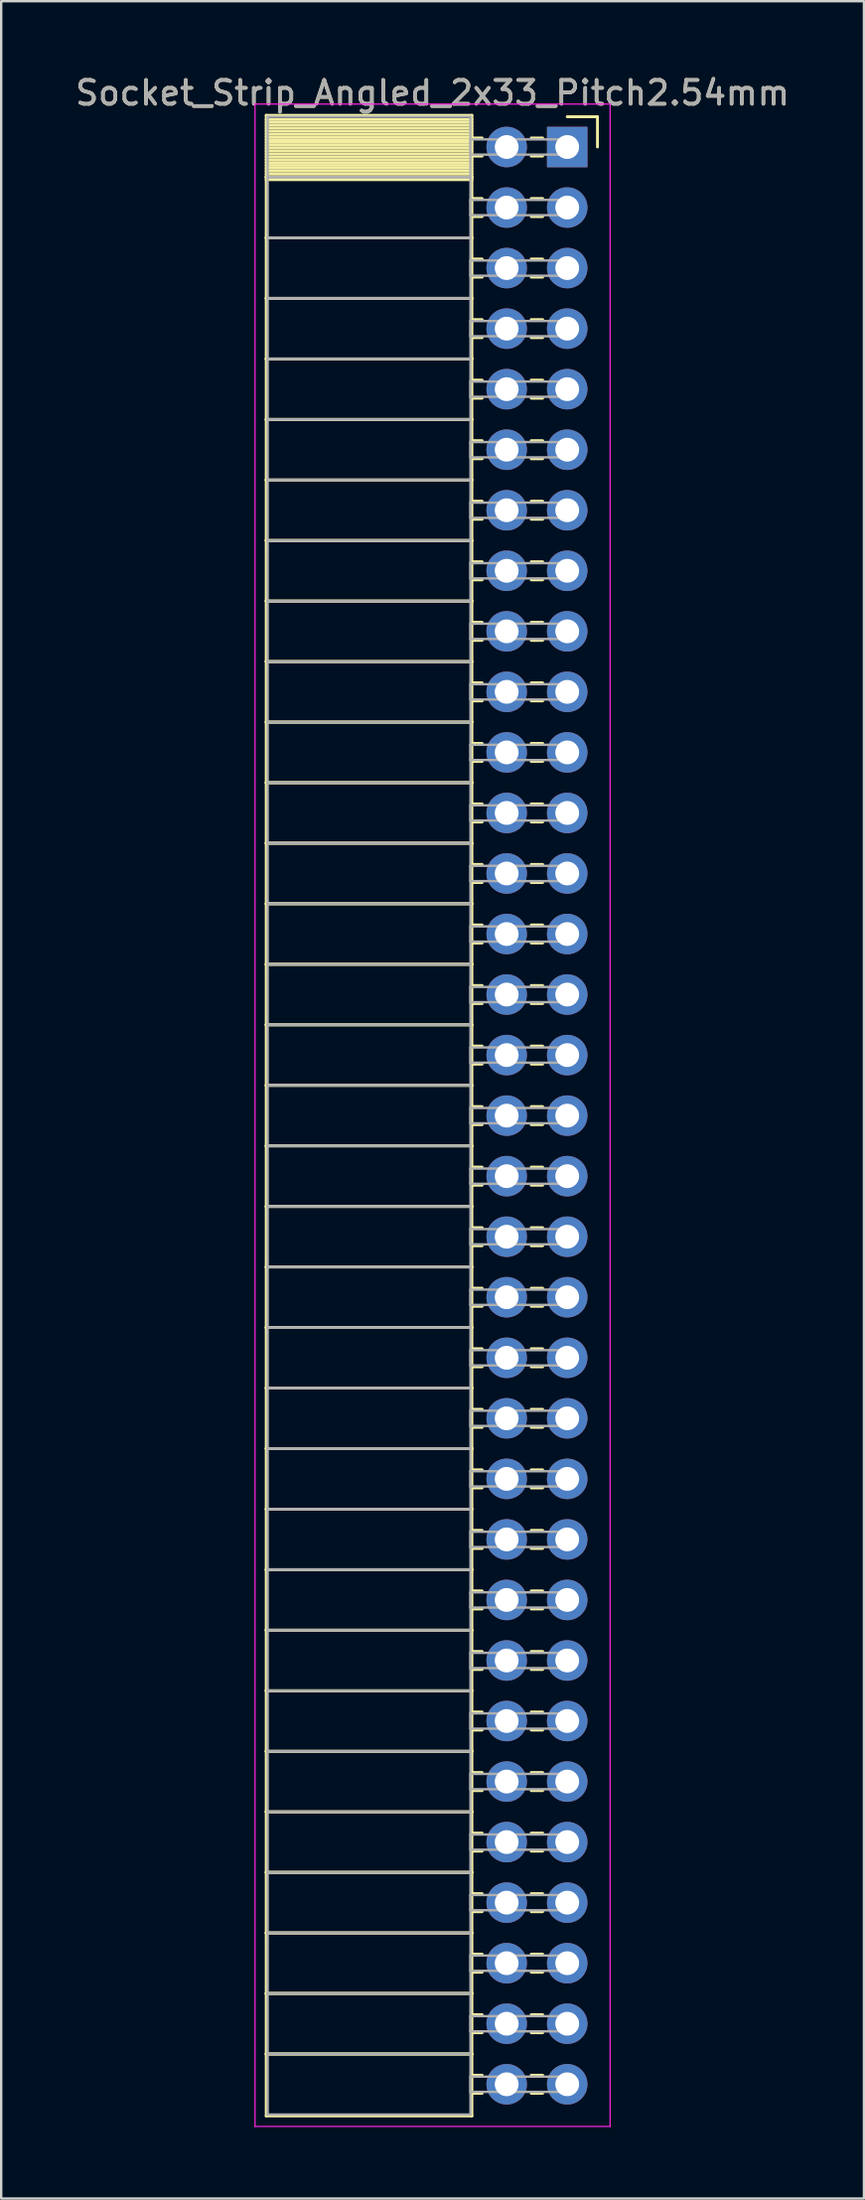
<source format=kicad_pcb>
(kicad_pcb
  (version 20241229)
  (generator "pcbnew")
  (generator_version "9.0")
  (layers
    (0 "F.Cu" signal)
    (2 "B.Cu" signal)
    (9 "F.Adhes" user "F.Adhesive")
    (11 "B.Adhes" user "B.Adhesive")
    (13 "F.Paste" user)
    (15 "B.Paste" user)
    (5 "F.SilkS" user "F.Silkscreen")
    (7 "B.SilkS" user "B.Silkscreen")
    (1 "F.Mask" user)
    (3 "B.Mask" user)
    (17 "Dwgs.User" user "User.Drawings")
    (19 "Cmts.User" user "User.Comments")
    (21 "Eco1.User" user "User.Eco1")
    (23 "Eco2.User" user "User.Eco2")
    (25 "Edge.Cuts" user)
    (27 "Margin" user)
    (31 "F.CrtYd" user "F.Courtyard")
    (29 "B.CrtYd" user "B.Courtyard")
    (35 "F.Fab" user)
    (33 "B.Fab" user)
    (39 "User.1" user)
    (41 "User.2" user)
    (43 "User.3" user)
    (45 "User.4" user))
  (footprint "Socket_Strip_Angled_2x33_Pitch2.54mm"
    (layer "F.Cu")
    (at 20.751 3.118)
    (property "Reference" "Socket_Strip_Angled_2x33_Pitch2.54mm" (at -5.65 -2.27 0) (layer "F.SilkS") (effects (font (size 1 1) (thickness 0.15))))
    (attr through_hole)
    (fp_line (start -12.63 -1.33) (end -4 -1.33) (stroke (width 0.12) (type solid)) (layer "F.SilkS"))
    (fp_line (start -12.63 1.27) (end -12.63 -1.33) (stroke (width 0.12) (type solid)) (layer "F.SilkS"))
    (fp_line (start -12.63 1.27) (end -4 1.27) (stroke (width 0.12) (type solid)) (layer "F.SilkS"))
    (fp_line (start -12.63 3.81) (end -12.63 1.27) (stroke (width 0.12) (type solid)) (layer "F.SilkS"))
    (fp_line (start -12.63 3.81) (end -4 3.81) (stroke (width 0.12) (type solid)) (layer "F.SilkS"))
    (fp_line (start -12.63 6.35) (end -12.63 3.81) (stroke (width 0.12) (type solid)) (layer "F.SilkS"))
    (fp_line (start -12.63 6.35) (end -4 6.35) (stroke (width 0.12) (type solid)) (layer "F.SilkS"))
    (fp_line (start -12.63 8.89) (end -12.63 6.35) (stroke (width 0.12) (type solid)) (layer "F.SilkS"))
    (fp_line (start -12.63 8.89) (end -4 8.89) (stroke (width 0.12) (type solid)) (layer "F.SilkS"))
    (fp_line (start -12.63 11.43) (end -12.63 8.89) (stroke (width 0.12) (type solid)) (layer "F.SilkS"))
    (fp_line (start -12.63 11.43) (end -4 11.43) (stroke (width 0.12) (type solid)) (layer "F.SilkS"))
    (fp_line (start -12.63 13.97) (end -12.63 11.43) (stroke (width 0.12) (type solid)) (layer "F.SilkS"))
    (fp_line (start -12.63 13.97) (end -4 13.97) (stroke (width 0.12) (type solid)) (layer "F.SilkS"))
    (fp_line (start -12.63 16.51) (end -12.63 13.97) (stroke (width 0.12) (type solid)) (layer "F.SilkS"))
    (fp_line (start -12.63 16.51) (end -4 16.51) (stroke (width 0.12) (type solid)) (layer "F.SilkS"))
    (fp_line (start -12.63 19.05) (end -12.63 16.51) (stroke (width 0.12) (type solid)) (layer "F.SilkS"))
    (fp_line (start -12.63 19.05) (end -4 19.05) (stroke (width 0.12) (type solid)) (layer "F.SilkS"))
    (fp_line (start -12.63 21.59) (end -12.63 19.05) (stroke (width 0.12) (type solid)) (layer "F.SilkS"))
    (fp_line (start -12.63 21.59) (end -4 21.59) (stroke (width 0.12) (type solid)) (layer "F.SilkS"))
    (fp_line (start -12.63 24.13) (end -12.63 21.59) (stroke (width 0.12) (type solid)) (layer "F.SilkS"))
    (fp_line (start -12.63 24.13) (end -4 24.13) (stroke (width 0.12) (type solid)) (layer "F.SilkS"))
    (fp_line (start -12.63 26.67) (end -12.63 24.13) (stroke (width 0.12) (type solid)) (layer "F.SilkS"))
    (fp_line (start -12.63 26.67) (end -4 26.67) (stroke (width 0.12) (type solid)) (layer "F.SilkS"))
    (fp_line (start -12.63 29.21) (end -12.63 26.67) (stroke (width 0.12) (type solid)) (layer "F.SilkS"))
    (fp_line (start -12.63 29.21) (end -4 29.21) (stroke (width 0.12) (type solid)) (layer "F.SilkS"))
    (fp_line (start -12.63 31.75) (end -12.63 29.21) (stroke (width 0.12) (type solid)) (layer "F.SilkS"))
    (fp_line (start -12.63 31.75) (end -4 31.75) (stroke (width 0.12) (type solid)) (layer "F.SilkS"))
    (fp_line (start -12.63 34.29) (end -12.63 31.75) (stroke (width 0.12) (type solid)) (layer "F.SilkS"))
    (fp_line (start -12.63 34.29) (end -4 34.29) (stroke (width 0.12) (type solid)) (layer "F.SilkS"))
    (fp_line (start -12.63 36.83) (end -12.63 34.29) (stroke (width 0.12) (type solid)) (layer "F.SilkS"))
    (fp_line (start -12.63 36.83) (end -4 36.83) (stroke (width 0.12) (type solid)) (layer "F.SilkS"))
    (fp_line (start -12.63 39.37) (end -12.63 36.83) (stroke (width 0.12) (type solid)) (layer "F.SilkS"))
    (fp_line (start -12.63 39.37) (end -4 39.37) (stroke (width 0.12) (type solid)) (layer "F.SilkS"))
    (fp_line (start -12.63 41.91) (end -12.63 39.37) (stroke (width 0.12) (type solid)) (layer "F.SilkS"))
    (fp_line (start -12.63 41.91) (end -4 41.91) (stroke (width 0.12) (type solid)) (layer "F.SilkS"))
    (fp_line (start -12.63 44.45) (end -12.63 41.91) (stroke (width 0.12) (type solid)) (layer "F.SilkS"))
    (fp_line (start -12.63 44.45) (end -4 44.45) (stroke (width 0.12) (type solid)) (layer "F.SilkS"))
    (fp_line (start -12.63 46.99) (end -12.63 44.45) (stroke (width 0.12) (type solid)) (layer "F.SilkS"))
    (fp_line (start -12.63 46.99) (end -4 46.99) (stroke (width 0.12) (type solid)) (layer "F.SilkS"))
    (fp_line (start -12.63 49.53) (end -12.63 46.99) (stroke (width 0.12) (type solid)) (layer "F.SilkS"))
    (fp_line (start -12.63 49.53) (end -4 49.53) (stroke (width 0.12) (type solid)) (layer "F.SilkS"))
    (fp_line (start -12.63 52.07) (end -12.63 49.53) (stroke (width 0.12) (type solid)) (layer "F.SilkS"))
    (fp_line (start -12.63 52.07) (end -4 52.07) (stroke (width 0.12) (type solid)) (layer "F.SilkS"))
    (fp_line (start -12.63 54.61) (end -12.63 52.07) (stroke (width 0.12) (type solid)) (layer "F.SilkS"))
    (fp_line (start -12.63 54.61) (end -4 54.61) (stroke (width 0.12) (type solid)) (layer "F.SilkS"))
    (fp_line (start -12.63 57.15) (end -12.63 54.61) (stroke (width 0.12) (type solid)) (layer "F.SilkS"))
    (fp_line (start -12.63 57.15) (end -4 57.15) (stroke (width 0.12) (type solid)) (layer "F.SilkS"))
    (fp_line (start -12.63 59.69) (end -12.63 57.15) (stroke (width 0.12) (type solid)) (layer "F.SilkS"))
    (fp_line (start -12.63 59.69) (end -4 59.69) (stroke (width 0.12) (type solid)) (layer "F.SilkS"))
    (fp_line (start -12.63 62.23) (end -12.63 59.69) (stroke (width 0.12) (type solid)) (layer "F.SilkS"))
    (fp_line (start -12.63 62.23) (end -4 62.23) (stroke (width 0.12) (type solid)) (layer "F.SilkS"))
    (fp_line (start -12.63 64.77) (end -12.63 62.23) (stroke (width 0.12) (type solid)) (layer "F.SilkS"))
    (fp_line (start -12.63 64.77) (end -4 64.77) (stroke (width 0.12) (type solid)) (layer "F.SilkS"))
    (fp_line (start -12.63 67.31) (end -12.63 64.77) (stroke (width 0.12) (type solid)) (layer "F.SilkS"))
    (fp_line (start -12.63 67.31) (end -4 67.31) (stroke (width 0.12) (type solid)) (layer "F.SilkS"))
    (fp_line (start -12.63 69.85) (end -12.63 67.31) (stroke (width 0.12) (type solid)) (layer "F.SilkS"))
    (fp_line (start -12.63 69.85) (end -4 69.85) (stroke (width 0.12) (type solid)) (layer "F.SilkS"))
    (fp_line (start -12.63 72.39) (end -12.63 69.85) (stroke (width 0.12) (type solid)) (layer "F.SilkS"))
    (fp_line (start -12.63 72.39) (end -4 72.39) (stroke (width 0.12) (type solid)) (layer "F.SilkS"))
    (fp_line (start -12.63 74.93) (end -12.63 72.39) (stroke (width 0.12) (type solid)) (layer "F.SilkS"))
    (fp_line (start -12.63 74.93) (end -4 74.93) (stroke (width 0.12) (type solid)) (layer "F.SilkS"))
    (fp_line (start -12.63 77.47) (end -12.63 74.93) (stroke (width 0.12) (type solid)) (layer "F.SilkS"))
    (fp_line (start -12.63 77.47) (end -4 77.47) (stroke (width 0.12) (type solid)) (layer "F.SilkS"))
    (fp_line (start -12.63 80.01) (end -12.63 77.47) (stroke (width 0.12) (type solid)) (layer "F.SilkS"))
    (fp_line (start -12.63 80.01) (end -4 80.01) (stroke (width 0.12) (type solid)) (layer "F.SilkS"))
    (fp_line (start -12.63 82.61) (end -12.63 80.01) (stroke (width 0.12) (type solid)) (layer "F.SilkS"))
    (fp_line (start -4 -1.33) (end -4 1.27) (stroke (width 0.12) (type solid)) (layer "F.SilkS"))
    (fp_line (start -4 -1.15) (end -12.63 -1.15) (stroke (width 0.12) (type solid)) (layer "F.SilkS"))
    (fp_line (start -4 -1.03) (end -12.63 -1.03) (stroke (width 0.12) (type solid)) (layer "F.SilkS"))
    (fp_line (start -4 -0.91) (end -12.63 -0.91) (stroke (width 0.12) (type solid)) (layer "F.SilkS"))
    (fp_line (start -4 -0.79) (end -12.63 -0.79) (stroke (width 0.12) (type solid)) (layer "F.SilkS"))
    (fp_line (start -4 -0.67) (end -12.63 -0.67) (stroke (width 0.12) (type solid)) (layer "F.SilkS"))
    (fp_line (start -4 -0.55) (end -12.63 -0.55) (stroke (width 0.12) (type solid)) (layer "F.SilkS"))
    (fp_line (start -4 -0.43) (end -12.63 -0.43) (stroke (width 0.12) (type solid)) (layer "F.SilkS"))
    (fp_line (start -4 -0.31) (end -12.63 -0.31) (stroke (width 0.12) (type solid)) (layer "F.SilkS"))
    (fp_line (start -4 -0.19) (end -12.63 -0.19) (stroke (width 0.12) (type solid)) (layer "F.SilkS"))
    (fp_line (start -4 -0.07) (end -12.63 -0.07) (stroke (width 0.12) (type solid)) (layer "F.SilkS"))
    (fp_line (start -4 0.05) (end -12.63 0.05) (stroke (width 0.12) (type solid)) (layer "F.SilkS"))
    (fp_line (start -4 0.17) (end -12.63 0.17) (stroke (width 0.12) (type solid)) (layer "F.SilkS"))
    (fp_line (start -4 0.29) (end -12.63 0.29) (stroke (width 0.12) (type solid)) (layer "F.SilkS"))
    (fp_line (start -4 0.41) (end -12.63 0.41) (stroke (width 0.12) (type solid)) (layer "F.SilkS"))
    (fp_line (start -4 0.53) (end -12.63 0.53) (stroke (width 0.12) (type solid)) (layer "F.SilkS"))
    (fp_line (start -4 0.65) (end -12.63 0.65) (stroke (width 0.12) (type solid)) (layer "F.SilkS"))
    (fp_line (start -4 0.77) (end -12.63 0.77) (stroke (width 0.12) (type solid)) (layer "F.SilkS"))
    (fp_line (start -4 0.89) (end -12.63 0.89) (stroke (width 0.12) (type solid)) (layer "F.SilkS"))
    (fp_line (start -4 1.01) (end -12.63 1.01) (stroke (width 0.12) (type solid)) (layer "F.SilkS"))
    (fp_line (start -4 1.13) (end -12.63 1.13) (stroke (width 0.12) (type solid)) (layer "F.SilkS"))
    (fp_line (start -4 1.25) (end -12.63 1.25) (stroke (width 0.12) (type solid)) (layer "F.SilkS"))
    (fp_line (start -4 1.27) (end -12.63 1.27) (stroke (width 0.12) (type solid)) (layer "F.SilkS"))
    (fp_line (start -4 1.27) (end -4 3.81) (stroke (width 0.12) (type solid)) (layer "F.SilkS"))
    (fp_line (start -4 1.37) (end -12.63 1.37) (stroke (width 0.12) (type solid)) (layer "F.SilkS"))
    (fp_line (start -4 3.81) (end -12.63 3.81) (stroke (width 0.12) (type solid)) (layer "F.SilkS"))
    (fp_line (start -4 3.81) (end -4 6.35) (stroke (width 0.12) (type solid)) (layer "F.SilkS"))
    (fp_line (start -4 6.35) (end -12.63 6.35) (stroke (width 0.12) (type solid)) (layer "F.SilkS"))
    (fp_line (start -4 6.35) (end -4 8.89) (stroke (width 0.12) (type solid)) (layer "F.SilkS"))
    (fp_line (start -4 8.89) (end -12.63 8.89) (stroke (width 0.12) (type solid)) (layer "F.SilkS"))
    (fp_line (start -4 8.89) (end -4 11.43) (stroke (width 0.12) (type solid)) (layer "F.SilkS"))
    (fp_line (start -4 11.43) (end -12.63 11.43) (stroke (width 0.12) (type solid)) (layer "F.SilkS"))
    (fp_line (start -4 11.43) (end -4 13.97) (stroke (width 0.12) (type solid)) (layer "F.SilkS"))
    (fp_line (start -4 13.97) (end -12.63 13.97) (stroke (width 0.12) (type solid)) (layer "F.SilkS"))
    (fp_line (start -4 13.97) (end -4 16.51) (stroke (width 0.12) (type solid)) (layer "F.SilkS"))
    (fp_line (start -4 16.51) (end -12.63 16.51) (stroke (width 0.12) (type solid)) (layer "F.SilkS"))
    (fp_line (start -4 16.51) (end -4 19.05) (stroke (width 0.12) (type solid)) (layer "F.SilkS"))
    (fp_line (start -4 19.05) (end -12.63 19.05) (stroke (width 0.12) (type solid)) (layer "F.SilkS"))
    (fp_line (start -4 19.05) (end -4 21.59) (stroke (width 0.12) (type solid)) (layer "F.SilkS"))
    (fp_line (start -4 21.59) (end -12.63 21.59) (stroke (width 0.12) (type solid)) (layer "F.SilkS"))
    (fp_line (start -4 21.59) (end -4 24.13) (stroke (width 0.12) (type solid)) (layer "F.SilkS"))
    (fp_line (start -4 24.13) (end -12.63 24.13) (stroke (width 0.12) (type solid)) (layer "F.SilkS"))
    (fp_line (start -4 24.13) (end -4 26.67) (stroke (width 0.12) (type solid)) (layer "F.SilkS"))
    (fp_line (start -4 26.67) (end -12.63 26.67) (stroke (width 0.12) (type solid)) (layer "F.SilkS"))
    (fp_line (start -4 26.67) (end -4 29.21) (stroke (width 0.12) (type solid)) (layer "F.SilkS"))
    (fp_line (start -4 29.21) (end -12.63 29.21) (stroke (width 0.12) (type solid)) (layer "F.SilkS"))
    (fp_line (start -4 29.21) (end -4 31.75) (stroke (width 0.12) (type solid)) (layer "F.SilkS"))
    (fp_line (start -4 31.75) (end -12.63 31.75) (stroke (width 0.12) (type solid)) (layer "F.SilkS"))
    (fp_line (start -4 31.75) (end -4 34.29) (stroke (width 0.12) (type solid)) (layer "F.SilkS"))
    (fp_line (start -4 34.29) (end -12.63 34.29) (stroke (width 0.12) (type solid)) (layer "F.SilkS"))
    (fp_line (start -4 34.29) (end -4 36.83) (stroke (width 0.12) (type solid)) (layer "F.SilkS"))
    (fp_line (start -4 36.83) (end -12.63 36.83) (stroke (width 0.12) (type solid)) (layer "F.SilkS"))
    (fp_line (start -4 36.83) (end -4 39.37) (stroke (width 0.12) (type solid)) (layer "F.SilkS"))
    (fp_line (start -4 39.37) (end -12.63 39.37) (stroke (width 0.12) (type solid)) (layer "F.SilkS"))
    (fp_line (start -4 39.37) (end -4 41.91) (stroke (width 0.12) (type solid)) (layer "F.SilkS"))
    (fp_line (start -4 41.91) (end -12.63 41.91) (stroke (width 0.12) (type solid)) (layer "F.SilkS"))
    (fp_line (start -4 41.91) (end -4 44.45) (stroke (width 0.12) (type solid)) (layer "F.SilkS"))
    (fp_line (start -4 44.45) (end -12.63 44.45) (stroke (width 0.12) (type solid)) (layer "F.SilkS"))
    (fp_line (start -4 44.45) (end -4 46.99) (stroke (width 0.12) (type solid)) (layer "F.SilkS"))
    (fp_line (start -4 46.99) (end -12.63 46.99) (stroke (width 0.12) (type solid)) (layer "F.SilkS"))
    (fp_line (start -4 46.99) (end -4 49.53) (stroke (width 0.12) (type solid)) (layer "F.SilkS"))
    (fp_line (start -4 49.53) (end -12.63 49.53) (stroke (width 0.12) (type solid)) (layer "F.SilkS"))
    (fp_line (start -4 49.53) (end -4 52.07) (stroke (width 0.12) (type solid)) (layer "F.SilkS"))
    (fp_line (start -4 52.07) (end -12.63 52.07) (stroke (width 0.12) (type solid)) (layer "F.SilkS"))
    (fp_line (start -4 52.07) (end -4 54.61) (stroke (width 0.12) (type solid)) (layer "F.SilkS"))
    (fp_line (start -4 54.61) (end -12.63 54.61) (stroke (width 0.12) (type solid)) (layer "F.SilkS"))
    (fp_line (start -4 54.61) (end -4 57.15) (stroke (width 0.12) (type solid)) (layer "F.SilkS"))
    (fp_line (start -4 57.15) (end -12.63 57.15) (stroke (width 0.12) (type solid)) (layer "F.SilkS"))
    (fp_line (start -4 57.15) (end -4 59.69) (stroke (width 0.12) (type solid)) (layer "F.SilkS"))
    (fp_line (start -4 59.69) (end -12.63 59.69) (stroke (width 0.12) (type solid)) (layer "F.SilkS"))
    (fp_line (start -4 59.69) (end -4 62.23) (stroke (width 0.12) (type solid)) (layer "F.SilkS"))
    (fp_line (start -4 62.23) (end -12.63 62.23) (stroke (width 0.12) (type solid)) (layer "F.SilkS"))
    (fp_line (start -4 62.23) (end -4 64.77) (stroke (width 0.12) (type solid)) (layer "F.SilkS"))
    (fp_line (start -4 64.77) (end -12.63 64.77) (stroke (width 0.12) (type solid)) (layer "F.SilkS"))
    (fp_line (start -4 64.77) (end -4 67.31) (stroke (width 0.12) (type solid)) (layer "F.SilkS"))
    (fp_line (start -4 67.31) (end -12.63 67.31) (stroke (width 0.12) (type solid)) (layer "F.SilkS"))
    (fp_line (start -4 67.31) (end -4 69.85) (stroke (width 0.12) (type solid)) (layer "F.SilkS"))
    (fp_line (start -4 69.85) (end -12.63 69.85) (stroke (width 0.12) (type solid)) (layer "F.SilkS"))
    (fp_line (start -4 69.85) (end -4 72.39) (stroke (width 0.12) (type solid)) (layer "F.SilkS"))
    (fp_line (start -4 72.39) (end -12.63 72.39) (stroke (width 0.12) (type solid)) (layer "F.SilkS"))
    (fp_line (start -4 72.39) (end -4 74.93) (stroke (width 0.12) (type solid)) (layer "F.SilkS"))
    (fp_line (start -4 74.93) (end -12.63 74.93) (stroke (width 0.12) (type solid)) (layer "F.SilkS"))
    (fp_line (start -4 74.93) (end -4 77.47) (stroke (width 0.12) (type solid)) (layer "F.SilkS"))
    (fp_line (start -4 77.47) (end -12.63 77.47) (stroke (width 0.12) (type solid)) (layer "F.SilkS"))
    (fp_line (start -4 77.47) (end -4 80.01) (stroke (width 0.12) (type solid)) (layer "F.SilkS"))
    (fp_line (start -4 80.01) (end -12.63 80.01) (stroke (width 0.12) (type solid)) (layer "F.SilkS"))
    (fp_line (start -4 80.01) (end -4 82.61) (stroke (width 0.12) (type solid)) (layer "F.SilkS"))
    (fp_line (start -4 82.61) (end -12.63 82.61) (stroke (width 0.12) (type solid)) (layer "F.SilkS"))
    (fp_line (start -3.57 -0.38) (end -4 -0.38) (stroke (width 0.12) (type solid)) (layer "F.SilkS"))
    (fp_line (start -3.57 0.38) (end -4 0.38) (stroke (width 0.12) (type solid)) (layer "F.SilkS"))
    (fp_line (start -3.57 2.16) (end -4 2.16) (stroke (width 0.12) (type solid)) (layer "F.SilkS"))
    (fp_line (start -3.57 2.92) (end -4 2.92) (stroke (width 0.12) (type solid)) (layer "F.SilkS"))
    (fp_line (start -3.57 4.7) (end -4 4.7) (stroke (width 0.12) (type solid)) (layer "F.SilkS"))
    (fp_line (start -3.57 5.46) (end -4 5.46) (stroke (width 0.12) (type solid)) (layer "F.SilkS"))
    (fp_line (start -3.57 7.24) (end -4 7.24) (stroke (width 0.12) (type solid)) (layer "F.SilkS"))
    (fp_line (start -3.57 8) (end -4 8) (stroke (width 0.12) (type solid)) (layer "F.SilkS"))
    (fp_line (start -3.57 9.78) (end -4 9.78) (stroke (width 0.12) (type solid)) (layer "F.SilkS"))
    (fp_line (start -3.57 10.54) (end -4 10.54) (stroke (width 0.12) (type solid)) (layer "F.SilkS"))
    (fp_line (start -3.57 12.32) (end -4 12.32) (stroke (width 0.12) (type solid)) (layer "F.SilkS"))
    (fp_line (start -3.57 13.08) (end -4 13.08) (stroke (width 0.12) (type solid)) (layer "F.SilkS"))
    (fp_line (start -3.57 14.86) (end -4 14.86) (stroke (width 0.12) (type solid)) (layer "F.SilkS"))
    (fp_line (start -3.57 15.62) (end -4 15.62) (stroke (width 0.12) (type solid)) (layer "F.SilkS"))
    (fp_line (start -3.57 17.4) (end -4 17.4) (stroke (width 0.12) (type solid)) (layer "F.SilkS"))
    (fp_line (start -3.57 18.16) (end -4 18.16) (stroke (width 0.12) (type solid)) (layer "F.SilkS"))
    (fp_line (start -3.57 19.94) (end -4 19.94) (stroke (width 0.12) (type solid)) (layer "F.SilkS"))
    (fp_line (start -3.57 20.7) (end -4 20.7) (stroke (width 0.12) (type solid)) (layer "F.SilkS"))
    (fp_line (start -3.57 22.48) (end -4 22.48) (stroke (width 0.12) (type solid)) (layer "F.SilkS"))
    (fp_line (start -3.57 23.24) (end -4 23.24) (stroke (width 0.12) (type solid)) (layer "F.SilkS"))
    (fp_line (start -3.57 25.02) (end -4 25.02) (stroke (width 0.12) (type solid)) (layer "F.SilkS"))
    (fp_line (start -3.57 25.78) (end -4 25.78) (stroke (width 0.12) (type solid)) (layer "F.SilkS"))
    (fp_line (start -3.57 27.56) (end -4 27.56) (stroke (width 0.12) (type solid)) (layer "F.SilkS"))
    (fp_line (start -3.57 28.32) (end -4 28.32) (stroke (width 0.12) (type solid)) (layer "F.SilkS"))
    (fp_line (start -3.57 30.1) (end -4 30.1) (stroke (width 0.12) (type solid)) (layer "F.SilkS"))
    (fp_line (start -3.57 30.86) (end -4 30.86) (stroke (width 0.12) (type solid)) (layer "F.SilkS"))
    (fp_line (start -3.57 32.64) (end -4 32.64) (stroke (width 0.12) (type solid)) (layer "F.SilkS"))
    (fp_line (start -3.57 33.4) (end -4 33.4) (stroke (width 0.12) (type solid)) (layer "F.SilkS"))
    (fp_line (start -3.57 35.18) (end -4 35.18) (stroke (width 0.12) (type solid)) (layer "F.SilkS"))
    (fp_line (start -3.57 35.94) (end -4 35.94) (stroke (width 0.12) (type solid)) (layer "F.SilkS"))
    (fp_line (start -3.57 37.72) (end -4 37.72) (stroke (width 0.12) (type solid)) (layer "F.SilkS"))
    (fp_line (start -3.57 38.48) (end -4 38.48) (stroke (width 0.12) (type solid)) (layer "F.SilkS"))
    (fp_line (start -3.57 40.26) (end -4 40.26) (stroke (width 0.12) (type solid)) (layer "F.SilkS"))
    (fp_line (start -3.57 41.02) (end -4 41.02) (stroke (width 0.12) (type solid)) (layer "F.SilkS"))
    (fp_line (start -3.57 42.8) (end -4 42.8) (stroke (width 0.12) (type solid)) (layer "F.SilkS"))
    (fp_line (start -3.57 43.56) (end -4 43.56) (stroke (width 0.12) (type solid)) (layer "F.SilkS"))
    (fp_line (start -3.57 45.34) (end -4 45.34) (stroke (width 0.12) (type solid)) (layer "F.SilkS"))
    (fp_line (start -3.57 46.1) (end -4 46.1) (stroke (width 0.12) (type solid)) (layer "F.SilkS"))
    (fp_line (start -3.57 47.88) (end -4 47.88) (stroke (width 0.12) (type solid)) (layer "F.SilkS"))
    (fp_line (start -3.57 48.64) (end -4 48.64) (stroke (width 0.12) (type solid)) (layer "F.SilkS"))
    (fp_line (start -3.57 50.42) (end -4 50.42) (stroke (width 0.12) (type solid)) (layer "F.SilkS"))
    (fp_line (start -3.57 51.18) (end -4 51.18) (stroke (width 0.12) (type solid)) (layer "F.SilkS"))
    (fp_line (start -3.57 52.96) (end -4 52.96) (stroke (width 0.12) (type solid)) (layer "F.SilkS"))
    (fp_line (start -3.57 53.72) (end -4 53.72) (stroke (width 0.12) (type solid)) (layer "F.SilkS"))
    (fp_line (start -3.57 55.5) (end -4 55.5) (stroke (width 0.12) (type solid)) (layer "F.SilkS"))
    (fp_line (start -3.57 56.26) (end -4 56.26) (stroke (width 0.12) (type solid)) (layer "F.SilkS"))
    (fp_line (start -3.57 58.04) (end -4 58.04) (stroke (width 0.12) (type solid)) (layer "F.SilkS"))
    (fp_line (start -3.57 58.8) (end -4 58.8) (stroke (width 0.12) (type solid)) (layer "F.SilkS"))
    (fp_line (start -3.57 60.58) (end -4 60.58) (stroke (width 0.12) (type solid)) (layer "F.SilkS"))
    (fp_line (start -3.57 61.34) (end -4 61.34) (stroke (width 0.12) (type solid)) (layer "F.SilkS"))
    (fp_line (start -3.57 63.12) (end -4 63.12) (stroke (width 0.12) (type solid)) (layer "F.SilkS"))
    (fp_line (start -3.57 63.88) (end -4 63.88) (stroke (width 0.12) (type solid)) (layer "F.SilkS"))
    (fp_line (start -3.57 65.66) (end -4 65.66) (stroke (width 0.12) (type solid)) (layer "F.SilkS"))
    (fp_line (start -3.57 66.42) (end -4 66.42) (stroke (width 0.12) (type solid)) (layer "F.SilkS"))
    (fp_line (start -3.57 68.2) (end -4 68.2) (stroke (width 0.12) (type solid)) (layer "F.SilkS"))
    (fp_line (start -3.57 68.96) (end -4 68.96) (stroke (width 0.12) (type solid)) (layer "F.SilkS"))
    (fp_line (start -3.57 70.74) (end -4 70.74) (stroke (width 0.12) (type solid)) (layer "F.SilkS"))
    (fp_line (start -3.57 71.5) (end -4 71.5) (stroke (width 0.12) (type solid)) (layer "F.SilkS"))
    (fp_line (start -3.57 73.28) (end -4 73.28) (stroke (width 0.12) (type solid)) (layer "F.SilkS"))
    (fp_line (start -3.57 74.04) (end -4 74.04) (stroke (width 0.12) (type solid)) (layer "F.SilkS"))
    (fp_line (start -3.57 75.82) (end -4 75.82) (stroke (width 0.12) (type solid)) (layer "F.SilkS"))
    (fp_line (start -3.57 76.58) (end -4 76.58) (stroke (width 0.12) (type solid)) (layer "F.SilkS"))
    (fp_line (start -3.57 78.36) (end -4 78.36) (stroke (width 0.12) (type solid)) (layer "F.SilkS"))
    (fp_line (start -3.57 79.12) (end -4 79.12) (stroke (width 0.12) (type solid)) (layer "F.SilkS"))
    (fp_line (start -3.57 80.9) (end -4 80.9) (stroke (width 0.12) (type solid)) (layer "F.SilkS"))
    (fp_line (start -3.57 81.66) (end -4 81.66) (stroke (width 0.12) (type solid)) (layer "F.SilkS"))
    (fp_line (start -1.03 -0.38) (end -1.51 -0.38) (stroke (width 0.12) (type solid)) (layer "F.SilkS"))
    (fp_line (start -1.03 0.38) (end -1.51 0.38) (stroke (width 0.12) (type solid)) (layer "F.SilkS"))
    (fp_line (start -1.03 2.16) (end -1.51 2.16) (stroke (width 0.12) (type solid)) (layer "F.SilkS"))
    (fp_line (start -1.03 2.92) (end -1.51 2.92) (stroke (width 0.12) (type solid)) (layer "F.SilkS"))
    (fp_line (start -1.03 4.7) (end -1.51 4.7) (stroke (width 0.12) (type solid)) (layer "F.SilkS"))
    (fp_line (start -1.03 5.46) (end -1.51 5.46) (stroke (width 0.12) (type solid)) (layer "F.SilkS"))
    (fp_line (start -1.03 7.24) (end -1.51 7.24) (stroke (width 0.12) (type solid)) (layer "F.SilkS"))
    (fp_line (start -1.03 8) (end -1.51 8) (stroke (width 0.12) (type solid)) (layer "F.SilkS"))
    (fp_line (start -1.03 9.78) (end -1.51 9.78) (stroke (width 0.12) (type solid)) (layer "F.SilkS"))
    (fp_line (start -1.03 10.54) (end -1.51 10.54) (stroke (width 0.12) (type solid)) (layer "F.SilkS"))
    (fp_line (start -1.03 12.32) (end -1.51 12.32) (stroke (width 0.12) (type solid)) (layer "F.SilkS"))
    (fp_line (start -1.03 13.08) (end -1.51 13.08) (stroke (width 0.12) (type solid)) (layer "F.SilkS"))
    (fp_line (start -1.03 14.86) (end -1.51 14.86) (stroke (width 0.12) (type solid)) (layer "F.SilkS"))
    (fp_line (start -1.03 15.62) (end -1.51 15.62) (stroke (width 0.12) (type solid)) (layer "F.SilkS"))
    (fp_line (start -1.03 17.4) (end -1.51 17.4) (stroke (width 0.12) (type solid)) (layer "F.SilkS"))
    (fp_line (start -1.03 18.16) (end -1.51 18.16) (stroke (width 0.12) (type solid)) (layer "F.SilkS"))
    (fp_line (start -1.03 19.94) (end -1.51 19.94) (stroke (width 0.12) (type solid)) (layer "F.SilkS"))
    (fp_line (start -1.03 20.7) (end -1.51 20.7) (stroke (width 0.12) (type solid)) (layer "F.SilkS"))
    (fp_line (start -1.03 22.48) (end -1.51 22.48) (stroke (width 0.12) (type solid)) (layer "F.SilkS"))
    (fp_line (start -1.03 23.24) (end -1.51 23.24) (stroke (width 0.12) (type solid)) (layer "F.SilkS"))
    (fp_line (start -1.03 25.02) (end -1.51 25.02) (stroke (width 0.12) (type solid)) (layer "F.SilkS"))
    (fp_line (start -1.03 25.78) (end -1.51 25.78) (stroke (width 0.12) (type solid)) (layer "F.SilkS"))
    (fp_line (start -1.03 27.56) (end -1.51 27.56) (stroke (width 0.12) (type solid)) (layer "F.SilkS"))
    (fp_line (start -1.03 28.32) (end -1.51 28.32) (stroke (width 0.12) (type solid)) (layer "F.SilkS"))
    (fp_line (start -1.03 30.1) (end -1.51 30.1) (stroke (width 0.12) (type solid)) (layer "F.SilkS"))
    (fp_line (start -1.03 30.86) (end -1.51 30.86) (stroke (width 0.12) (type solid)) (layer "F.SilkS"))
    (fp_line (start -1.03 32.64) (end -1.51 32.64) (stroke (width 0.12) (type solid)) (layer "F.SilkS"))
    (fp_line (start -1.03 33.4) (end -1.51 33.4) (stroke (width 0.12) (type solid)) (layer "F.SilkS"))
    (fp_line (start -1.03 35.18) (end -1.51 35.18) (stroke (width 0.12) (type solid)) (layer "F.SilkS"))
    (fp_line (start -1.03 35.94) (end -1.51 35.94) (stroke (width 0.12) (type solid)) (layer "F.SilkS"))
    (fp_line (start -1.03 37.72) (end -1.51 37.72) (stroke (width 0.12) (type solid)) (layer "F.SilkS"))
    (fp_line (start -1.03 38.48) (end -1.51 38.48) (stroke (width 0.12) (type solid)) (layer "F.SilkS"))
    (fp_line (start -1.03 40.26) (end -1.51 40.26) (stroke (width 0.12) (type solid)) (layer "F.SilkS"))
    (fp_line (start -1.03 41.02) (end -1.51 41.02) (stroke (width 0.12) (type solid)) (layer "F.SilkS"))
    (fp_line (start -1.03 42.8) (end -1.51 42.8) (stroke (width 0.12) (type solid)) (layer "F.SilkS"))
    (fp_line (start -1.03 43.56) (end -1.51 43.56) (stroke (width 0.12) (type solid)) (layer "F.SilkS"))
    (fp_line (start -1.03 45.34) (end -1.51 45.34) (stroke (width 0.12) (type solid)) (layer "F.SilkS"))
    (fp_line (start -1.03 46.1) (end -1.51 46.1) (stroke (width 0.12) (type solid)) (layer "F.SilkS"))
    (fp_line (start -1.03 47.88) (end -1.51 47.88) (stroke (width 0.12) (type solid)) (layer "F.SilkS"))
    (fp_line (start -1.03 48.64) (end -1.51 48.64) (stroke (width 0.12) (type solid)) (layer "F.SilkS"))
    (fp_line (start -1.03 50.42) (end -1.51 50.42) (stroke (width 0.12) (type solid)) (layer "F.SilkS"))
    (fp_line (start -1.03 51.18) (end -1.51 51.18) (stroke (width 0.12) (type solid)) (layer "F.SilkS"))
    (fp_line (start -1.03 52.96) (end -1.51 52.96) (stroke (width 0.12) (type solid)) (layer "F.SilkS"))
    (fp_line (start -1.03 53.72) (end -1.51 53.72) (stroke (width 0.12) (type solid)) (layer "F.SilkS"))
    (fp_line (start -1.03 55.5) (end -1.51 55.5) (stroke (width 0.12) (type solid)) (layer "F.SilkS"))
    (fp_line (start -1.03 56.26) (end -1.51 56.26) (stroke (width 0.12) (type solid)) (layer "F.SilkS"))
    (fp_line (start -1.03 58.04) (end -1.51 58.04) (stroke (width 0.12) (type solid)) (layer "F.SilkS"))
    (fp_line (start -1.03 58.8) (end -1.51 58.8) (stroke (width 0.12) (type solid)) (layer "F.SilkS"))
    (fp_line (start -1.03 60.58) (end -1.51 60.58) (stroke (width 0.12) (type solid)) (layer "F.SilkS"))
    (fp_line (start -1.03 61.34) (end -1.51 61.34) (stroke (width 0.12) (type solid)) (layer "F.SilkS"))
    (fp_line (start -1.03 63.12) (end -1.51 63.12) (stroke (width 0.12) (type solid)) (layer "F.SilkS"))
    (fp_line (start -1.03 63.88) (end -1.51 63.88) (stroke (width 0.12) (type solid)) (layer "F.SilkS"))
    (fp_line (start -1.03 65.66) (end -1.51 65.66) (stroke (width 0.12) (type solid)) (layer "F.SilkS"))
    (fp_line (start -1.03 66.42) (end -1.51 66.42) (stroke (width 0.12) (type solid)) (layer "F.SilkS"))
    (fp_line (start -1.03 68.2) (end -1.51 68.2) (stroke (width 0.12) (type solid)) (layer "F.SilkS"))
    (fp_line (start -1.03 68.96) (end -1.51 68.96) (stroke (width 0.12) (type solid)) (layer "F.SilkS"))
    (fp_line (start -1.03 70.74) (end -1.51 70.74) (stroke (width 0.12) (type solid)) (layer "F.SilkS"))
    (fp_line (start -1.03 71.5) (end -1.51 71.5) (stroke (width 0.12) (type solid)) (layer "F.SilkS"))
    (fp_line (start -1.03 73.28) (end -1.51 73.28) (stroke (width 0.12) (type solid)) (layer "F.SilkS"))
    (fp_line (start -1.03 74.04) (end -1.51 74.04) (stroke (width 0.12) (type solid)) (layer "F.SilkS"))
    (fp_line (start -1.03 75.82) (end -1.51 75.82) (stroke (width 0.12) (type solid)) (layer "F.SilkS"))
    (fp_line (start -1.03 76.58) (end -1.51 76.58) (stroke (width 0.12) (type solid)) (layer "F.SilkS"))
    (fp_line (start -1.03 78.36) (end -1.51 78.36) (stroke (width 0.12) (type solid)) (layer "F.SilkS"))
    (fp_line (start -1.03 79.12) (end -1.51 79.12) (stroke (width 0.12) (type solid)) (layer "F.SilkS"))
    (fp_line (start -1.03 80.9) (end -1.51 80.9) (stroke (width 0.12) (type solid)) (layer "F.SilkS"))
    (fp_line (start -1.03 81.66) (end -1.51 81.66) (stroke (width 0.12) (type solid)) (layer "F.SilkS"))
    (fp_line (start 0 -1.27) (end 1.27 -1.27) (stroke (width 0.12) (type solid)) (layer "F.SilkS"))
    (fp_line (start 1.27 -1.27) (end 1.27 0) (stroke (width 0.12) (type solid)) (layer "F.SilkS"))
    (fp_line (start -13.1 -1.8) (end 1.8 -1.8) (stroke (width 0.05) (type solid)) (layer "F.CrtYd"))
    (fp_line (start -13.1 83.05) (end -13.1 -1.8) (stroke (width 0.05) (type solid)) (layer "F.CrtYd"))
    (fp_line (start 1.8 -1.8) (end 1.8 83.05) (stroke (width 0.05) (type solid)) (layer "F.CrtYd"))
    (fp_line (start 1.8 83.05) (end -13.1 83.05) (stroke (width 0.05) (type solid)) (layer "F.CrtYd"))
    (fp_line (start -12.57 -1.27) (end -4.06 -1.27) (stroke (width 0.1) (type solid)) (layer "F.Fab"))
    (fp_line (start -12.57 1.27) (end -12.57 -1.27) (stroke (width 0.1) (type solid)) (layer "F.Fab"))
    (fp_line (start -12.57 1.27) (end -4.06 1.27) (stroke (width 0.1) (type solid)) (layer "F.Fab"))
    (fp_line (start -12.57 3.81) (end -12.57 1.27) (stroke (width 0.1) (type solid)) (layer "F.Fab"))
    (fp_line (start -12.57 3.81) (end -4.06 3.81) (stroke (width 0.1) (type solid)) (layer "F.Fab"))
    (fp_line (start -12.57 6.35) (end -12.57 3.81) (stroke (width 0.1) (type solid)) (layer "F.Fab"))
    (fp_line (start -12.57 6.35) (end -4.06 6.35) (stroke (width 0.1) (type solid)) (layer "F.Fab"))
    (fp_line (start -12.57 8.89) (end -12.57 6.35) (stroke (width 0.1) (type solid)) (layer "F.Fab"))
    (fp_line (start -12.57 8.89) (end -4.06 8.89) (stroke (width 0.1) (type solid)) (layer "F.Fab"))
    (fp_line (start -12.57 11.43) (end -12.57 8.89) (stroke (width 0.1) (type solid)) (layer "F.Fab"))
    (fp_line (start -12.57 11.43) (end -4.06 11.43) (stroke (width 0.1) (type solid)) (layer "F.Fab"))
    (fp_line (start -12.57 13.97) (end -12.57 11.43) (stroke (width 0.1) (type solid)) (layer "F.Fab"))
    (fp_line (start -12.57 13.97) (end -4.06 13.97) (stroke (width 0.1) (type solid)) (layer "F.Fab"))
    (fp_line (start -12.57 16.51) (end -12.57 13.97) (stroke (width 0.1) (type solid)) (layer "F.Fab"))
    (fp_line (start -12.57 16.51) (end -4.06 16.51) (stroke (width 0.1) (type solid)) (layer "F.Fab"))
    (fp_line (start -12.57 19.05) (end -12.57 16.51) (stroke (width 0.1) (type solid)) (layer "F.Fab"))
    (fp_line (start -12.57 19.05) (end -4.06 19.05) (stroke (width 0.1) (type solid)) (layer "F.Fab"))
    (fp_line (start -12.57 21.59) (end -12.57 19.05) (stroke (width 0.1) (type solid)) (layer "F.Fab"))
    (fp_line (start -12.57 21.59) (end -4.06 21.59) (stroke (width 0.1) (type solid)) (layer "F.Fab"))
    (fp_line (start -12.57 24.13) (end -12.57 21.59) (stroke (width 0.1) (type solid)) (layer "F.Fab"))
    (fp_line (start -12.57 24.13) (end -4.06 24.13) (stroke (width 0.1) (type solid)) (layer "F.Fab"))
    (fp_line (start -12.57 26.67) (end -12.57 24.13) (stroke (width 0.1) (type solid)) (layer "F.Fab"))
    (fp_line (start -12.57 26.67) (end -4.06 26.67) (stroke (width 0.1) (type solid)) (layer "F.Fab"))
    (fp_line (start -12.57 29.21) (end -12.57 26.67) (stroke (width 0.1) (type solid)) (layer "F.Fab"))
    (fp_line (start -12.57 29.21) (end -4.06 29.21) (stroke (width 0.1) (type solid)) (layer "F.Fab"))
    (fp_line (start -12.57 31.75) (end -12.57 29.21) (stroke (width 0.1) (type solid)) (layer "F.Fab"))
    (fp_line (start -12.57 31.75) (end -4.06 31.75) (stroke (width 0.1) (type solid)) (layer "F.Fab"))
    (fp_line (start -12.57 34.29) (end -12.57 31.75) (stroke (width 0.1) (type solid)) (layer "F.Fab"))
    (fp_line (start -12.57 34.29) (end -4.06 34.29) (stroke (width 0.1) (type solid)) (layer "F.Fab"))
    (fp_line (start -12.57 36.83) (end -12.57 34.29) (stroke (width 0.1) (type solid)) (layer "F.Fab"))
    (fp_line (start -12.57 36.83) (end -4.06 36.83) (stroke (width 0.1) (type solid)) (layer "F.Fab"))
    (fp_line (start -12.57 39.37) (end -12.57 36.83) (stroke (width 0.1) (type solid)) (layer "F.Fab"))
    (fp_line (start -12.57 39.37) (end -4.06 39.37) (stroke (width 0.1) (type solid)) (layer "F.Fab"))
    (fp_line (start -12.57 41.91) (end -12.57 39.37) (stroke (width 0.1) (type solid)) (layer "F.Fab"))
    (fp_line (start -12.57 41.91) (end -4.06 41.91) (stroke (width 0.1) (type solid)) (layer "F.Fab"))
    (fp_line (start -12.57 44.45) (end -12.57 41.91) (stroke (width 0.1) (type solid)) (layer "F.Fab"))
    (fp_line (start -12.57 44.45) (end -4.06 44.45) (stroke (width 0.1) (type solid)) (layer "F.Fab"))
    (fp_line (start -12.57 46.99) (end -12.57 44.45) (stroke (width 0.1) (type solid)) (layer "F.Fab"))
    (fp_line (start -12.57 46.99) (end -4.06 46.99) (stroke (width 0.1) (type solid)) (layer "F.Fab"))
    (fp_line (start -12.57 49.53) (end -12.57 46.99) (stroke (width 0.1) (type solid)) (layer "F.Fab"))
    (fp_line (start -12.57 49.53) (end -4.06 49.53) (stroke (width 0.1) (type solid)) (layer "F.Fab"))
    (fp_line (start -12.57 52.07) (end -12.57 49.53) (stroke (width 0.1) (type solid)) (layer "F.Fab"))
    (fp_line (start -12.57 52.07) (end -4.06 52.07) (stroke (width 0.1) (type solid)) (layer "F.Fab"))
    (fp_line (start -12.57 54.61) (end -12.57 52.07) (stroke (width 0.1) (type solid)) (layer "F.Fab"))
    (fp_line (start -12.57 54.61) (end -4.06 54.61) (stroke (width 0.1) (type solid)) (layer "F.Fab"))
    (fp_line (start -12.57 57.15) (end -12.57 54.61) (stroke (width 0.1) (type solid)) (layer "F.Fab"))
    (fp_line (start -12.57 57.15) (end -4.06 57.15) (stroke (width 0.1) (type solid)) (layer "F.Fab"))
    (fp_line (start -12.57 59.69) (end -12.57 57.15) (stroke (width 0.1) (type solid)) (layer "F.Fab"))
    (fp_line (start -12.57 59.69) (end -4.06 59.69) (stroke (width 0.1) (type solid)) (layer "F.Fab"))
    (fp_line (start -12.57 62.23) (end -12.57 59.69) (stroke (width 0.1) (type solid)) (layer "F.Fab"))
    (fp_line (start -12.57 62.23) (end -4.06 62.23) (stroke (width 0.1) (type solid)) (layer "F.Fab"))
    (fp_line (start -12.57 64.77) (end -12.57 62.23) (stroke (width 0.1) (type solid)) (layer "F.Fab"))
    (fp_line (start -12.57 64.77) (end -4.06 64.77) (stroke (width 0.1) (type solid)) (layer "F.Fab"))
    (fp_line (start -12.57 67.31) (end -12.57 64.77) (stroke (width 0.1) (type solid)) (layer "F.Fab"))
    (fp_line (start -12.57 67.31) (end -4.06 67.31) (stroke (width 0.1) (type solid)) (layer "F.Fab"))
    (fp_line (start -12.57 69.85) (end -12.57 67.31) (stroke (width 0.1) (type solid)) (layer "F.Fab"))
    (fp_line (start -12.57 69.85) (end -4.06 69.85) (stroke (width 0.1) (type solid)) (layer "F.Fab"))
    (fp_line (start -12.57 72.39) (end -12.57 69.85) (stroke (width 0.1) (type solid)) (layer "F.Fab"))
    (fp_line (start -12.57 72.39) (end -4.06 72.39) (stroke (width 0.1) (type solid)) (layer "F.Fab"))
    (fp_line (start -12.57 74.93) (end -12.57 72.39) (stroke (width 0.1) (type solid)) (layer "F.Fab"))
    (fp_line (start -12.57 74.93) (end -4.06 74.93) (stroke (width 0.1) (type solid)) (layer "F.Fab"))
    (fp_line (start -12.57 77.47) (end -12.57 74.93) (stroke (width 0.1) (type solid)) (layer "F.Fab"))
    (fp_line (start -12.57 77.47) (end -4.06 77.47) (stroke (width 0.1) (type solid)) (layer "F.Fab"))
    (fp_line (start -12.57 80.01) (end -12.57 77.47) (stroke (width 0.1) (type solid)) (layer "F.Fab"))
    (fp_line (start -12.57 80.01) (end -4.06 80.01) (stroke (width 0.1) (type solid)) (layer "F.Fab"))
    (fp_line (start -12.57 82.55) (end -12.57 80.01) (stroke (width 0.1) (type solid)) (layer "F.Fab"))
    (fp_line (start -4.06 -1.27) (end -4.06 1.27) (stroke (width 0.1) (type solid)) (layer "F.Fab"))
    (fp_line (start -4.06 -0.32) (end 0 -0.32) (stroke (width 0.1) (type solid)) (layer "F.Fab"))
    (fp_line (start -4.06 0.32) (end -4.06 -0.32) (stroke (width 0.1) (type solid)) (layer "F.Fab"))
    (fp_line (start -4.06 1.27) (end -12.57 1.27) (stroke (width 0.1) (type solid)) (layer "F.Fab"))
    (fp_line (start -4.06 1.27) (end -4.06 3.81) (stroke (width 0.1) (type solid)) (layer "F.Fab"))
    (fp_line (start -4.06 2.22) (end 0 2.22) (stroke (width 0.1) (type solid)) (layer "F.Fab"))
    (fp_line (start -4.06 2.86) (end -4.06 2.22) (stroke (width 0.1) (type solid)) (layer "F.Fab"))
    (fp_line (start -4.06 3.81) (end -12.57 3.81) (stroke (width 0.1) (type solid)) (layer "F.Fab"))
    (fp_line (start -4.06 3.81) (end -4.06 6.35) (stroke (width 0.1) (type solid)) (layer "F.Fab"))
    (fp_line (start -4.06 4.76) (end 0 4.76) (stroke (width 0.1) (type solid)) (layer "F.Fab"))
    (fp_line (start -4.06 5.4) (end -4.06 4.76) (stroke (width 0.1) (type solid)) (layer "F.Fab"))
    (fp_line (start -4.06 6.35) (end -12.57 6.35) (stroke (width 0.1) (type solid)) (layer "F.Fab"))
    (fp_line (start -4.06 6.35) (end -4.06 8.89) (stroke (width 0.1) (type solid)) (layer "F.Fab"))
    (fp_line (start -4.06 7.3) (end 0 7.3) (stroke (width 0.1) (type solid)) (layer "F.Fab"))
    (fp_line (start -4.06 7.94) (end -4.06 7.3) (stroke (width 0.1) (type solid)) (layer "F.Fab"))
    (fp_line (start -4.06 8.89) (end -12.57 8.89) (stroke (width 0.1) (type solid)) (layer "F.Fab"))
    (fp_line (start -4.06 8.89) (end -4.06 11.43) (stroke (width 0.1) (type solid)) (layer "F.Fab"))
    (fp_line (start -4.06 9.84) (end 0 9.84) (stroke (width 0.1) (type solid)) (layer "F.Fab"))
    (fp_line (start -4.06 10.48) (end -4.06 9.84) (stroke (width 0.1) (type solid)) (layer "F.Fab"))
    (fp_line (start -4.06 11.43) (end -12.57 11.43) (stroke (width 0.1) (type solid)) (layer "F.Fab"))
    (fp_line (start -4.06 11.43) (end -4.06 13.97) (stroke (width 0.1) (type solid)) (layer "F.Fab"))
    (fp_line (start -4.06 12.38) (end 0 12.38) (stroke (width 0.1) (type solid)) (layer "F.Fab"))
    (fp_line (start -4.06 13.02) (end -4.06 12.38) (stroke (width 0.1) (type solid)) (layer "F.Fab"))
    (fp_line (start -4.06 13.97) (end -12.57 13.97) (stroke (width 0.1) (type solid)) (layer "F.Fab"))
    (fp_line (start -4.06 13.97) (end -4.06 16.51) (stroke (width 0.1) (type solid)) (layer "F.Fab"))
    (fp_line (start -4.06 14.92) (end 0 14.92) (stroke (width 0.1) (type solid)) (layer "F.Fab"))
    (fp_line (start -4.06 15.56) (end -4.06 14.92) (stroke (width 0.1) (type solid)) (layer "F.Fab"))
    (fp_line (start -4.06 16.51) (end -12.57 16.51) (stroke (width 0.1) (type solid)) (layer "F.Fab"))
    (fp_line (start -4.06 16.51) (end -4.06 19.05) (stroke (width 0.1) (type solid)) (layer "F.Fab"))
    (fp_line (start -4.06 17.46) (end 0 17.46) (stroke (width 0.1) (type solid)) (layer "F.Fab"))
    (fp_line (start -4.06 18.1) (end -4.06 17.46) (stroke (width 0.1) (type solid)) (layer "F.Fab"))
    (fp_line (start -4.06 19.05) (end -12.57 19.05) (stroke (width 0.1) (type solid)) (layer "F.Fab"))
    (fp_line (start -4.06 19.05) (end -4.06 21.59) (stroke (width 0.1) (type solid)) (layer "F.Fab"))
    (fp_line (start -4.06 20) (end 0 20) (stroke (width 0.1) (type solid)) (layer "F.Fab"))
    (fp_line (start -4.06 20.64) (end -4.06 20) (stroke (width 0.1) (type solid)) (layer "F.Fab"))
    (fp_line (start -4.06 21.59) (end -12.57 21.59) (stroke (width 0.1) (type solid)) (layer "F.Fab"))
    (fp_line (start -4.06 21.59) (end -4.06 24.13) (stroke (width 0.1) (type solid)) (layer "F.Fab"))
    (fp_line (start -4.06 22.54) (end 0 22.54) (stroke (width 0.1) (type solid)) (layer "F.Fab"))
    (fp_line (start -4.06 23.18) (end -4.06 22.54) (stroke (width 0.1) (type solid)) (layer "F.Fab"))
    (fp_line (start -4.06 24.13) (end -12.57 24.13) (stroke (width 0.1) (type solid)) (layer "F.Fab"))
    (fp_line (start -4.06 24.13) (end -4.06 26.67) (stroke (width 0.1) (type solid)) (layer "F.Fab"))
    (fp_line (start -4.06 25.08) (end 0 25.08) (stroke (width 0.1) (type solid)) (layer "F.Fab"))
    (fp_line (start -4.06 25.72) (end -4.06 25.08) (stroke (width 0.1) (type solid)) (layer "F.Fab"))
    (fp_line (start -4.06 26.67) (end -12.57 26.67) (stroke (width 0.1) (type solid)) (layer "F.Fab"))
    (fp_line (start -4.06 26.67) (end -4.06 29.21) (stroke (width 0.1) (type solid)) (layer "F.Fab"))
    (fp_line (start -4.06 27.62) (end 0 27.62) (stroke (width 0.1) (type solid)) (layer "F.Fab"))
    (fp_line (start -4.06 28.26) (end -4.06 27.62) (stroke (width 0.1) (type solid)) (layer "F.Fab"))
    (fp_line (start -4.06 29.21) (end -12.57 29.21) (stroke (width 0.1) (type solid)) (layer "F.Fab"))
    (fp_line (start -4.06 29.21) (end -4.06 31.75) (stroke (width 0.1) (type solid)) (layer "F.Fab"))
    (fp_line (start -4.06 30.16) (end 0 30.16) (stroke (width 0.1) (type solid)) (layer "F.Fab"))
    (fp_line (start -4.06 30.8) (end -4.06 30.16) (stroke (width 0.1) (type solid)) (layer "F.Fab"))
    (fp_line (start -4.06 31.75) (end -12.57 31.75) (stroke (width 0.1) (type solid)) (layer "F.Fab"))
    (fp_line (start -4.06 31.75) (end -4.06 34.29) (stroke (width 0.1) (type solid)) (layer "F.Fab"))
    (fp_line (start -4.06 32.7) (end 0 32.7) (stroke (width 0.1) (type solid)) (layer "F.Fab"))
    (fp_line (start -4.06 33.34) (end -4.06 32.7) (stroke (width 0.1) (type solid)) (layer "F.Fab"))
    (fp_line (start -4.06 34.29) (end -12.57 34.29) (stroke (width 0.1) (type solid)) (layer "F.Fab"))
    (fp_line (start -4.06 34.29) (end -4.06 36.83) (stroke (width 0.1) (type solid)) (layer "F.Fab"))
    (fp_line (start -4.06 35.24) (end 0 35.24) (stroke (width 0.1) (type solid)) (layer "F.Fab"))
    (fp_line (start -4.06 35.88) (end -4.06 35.24) (stroke (width 0.1) (type solid)) (layer "F.Fab"))
    (fp_line (start -4.06 36.83) (end -12.57 36.83) (stroke (width 0.1) (type solid)) (layer "F.Fab"))
    (fp_line (start -4.06 36.83) (end -4.06 39.37) (stroke (width 0.1) (type solid)) (layer "F.Fab"))
    (fp_line (start -4.06 37.78) (end 0 37.78) (stroke (width 0.1) (type solid)) (layer "F.Fab"))
    (fp_line (start -4.06 38.42) (end -4.06 37.78) (stroke (width 0.1) (type solid)) (layer "F.Fab"))
    (fp_line (start -4.06 39.37) (end -12.57 39.37) (stroke (width 0.1) (type solid)) (layer "F.Fab"))
    (fp_line (start -4.06 39.37) (end -4.06 41.91) (stroke (width 0.1) (type solid)) (layer "F.Fab"))
    (fp_line (start -4.06 40.32) (end 0 40.32) (stroke (width 0.1) (type solid)) (layer "F.Fab"))
    (fp_line (start -4.06 40.96) (end -4.06 40.32) (stroke (width 0.1) (type solid)) (layer "F.Fab"))
    (fp_line (start -4.06 41.91) (end -12.57 41.91) (stroke (width 0.1) (type solid)) (layer "F.Fab"))
    (fp_line (start -4.06 41.91) (end -4.06 44.45) (stroke (width 0.1) (type solid)) (layer "F.Fab"))
    (fp_line (start -4.06 42.86) (end 0 42.86) (stroke (width 0.1) (type solid)) (layer "F.Fab"))
    (fp_line (start -4.06 43.5) (end -4.06 42.86) (stroke (width 0.1) (type solid)) (layer "F.Fab"))
    (fp_line (start -4.06 44.45) (end -12.57 44.45) (stroke (width 0.1) (type solid)) (layer "F.Fab"))
    (fp_line (start -4.06 44.45) (end -4.06 46.99) (stroke (width 0.1) (type solid)) (layer "F.Fab"))
    (fp_line (start -4.06 45.4) (end 0 45.4) (stroke (width 0.1) (type solid)) (layer "F.Fab"))
    (fp_line (start -4.06 46.04) (end -4.06 45.4) (stroke (width 0.1) (type solid)) (layer "F.Fab"))
    (fp_line (start -4.06 46.99) (end -12.57 46.99) (stroke (width 0.1) (type solid)) (layer "F.Fab"))
    (fp_line (start -4.06 46.99) (end -4.06 49.53) (stroke (width 0.1) (type solid)) (layer "F.Fab"))
    (fp_line (start -4.06 47.94) (end 0 47.94) (stroke (width 0.1) (type solid)) (layer "F.Fab"))
    (fp_line (start -4.06 48.58) (end -4.06 47.94) (stroke (width 0.1) (type solid)) (layer "F.Fab"))
    (fp_line (start -4.06 49.53) (end -12.57 49.53) (stroke (width 0.1) (type solid)) (layer "F.Fab"))
    (fp_line (start -4.06 49.53) (end -4.06 52.07) (stroke (width 0.1) (type solid)) (layer "F.Fab"))
    (fp_line (start -4.06 50.48) (end 0 50.48) (stroke (width 0.1) (type solid)) (layer "F.Fab"))
    (fp_line (start -4.06 51.12) (end -4.06 50.48) (stroke (width 0.1) (type solid)) (layer "F.Fab"))
    (fp_line (start -4.06 52.07) (end -12.57 52.07) (stroke (width 0.1) (type solid)) (layer "F.Fab"))
    (fp_line (start -4.06 52.07) (end -4.06 54.61) (stroke (width 0.1) (type solid)) (layer "F.Fab"))
    (fp_line (start -4.06 53.02) (end 0 53.02) (stroke (width 0.1) (type solid)) (layer "F.Fab"))
    (fp_line (start -4.06 53.66) (end -4.06 53.02) (stroke (width 0.1) (type solid)) (layer "F.Fab"))
    (fp_line (start -4.06 54.61) (end -12.57 54.61) (stroke (width 0.1) (type solid)) (layer "F.Fab"))
    (fp_line (start -4.06 54.61) (end -4.06 57.15) (stroke (width 0.1) (type solid)) (layer "F.Fab"))
    (fp_line (start -4.06 55.56) (end 0 55.56) (stroke (width 0.1) (type solid)) (layer "F.Fab"))
    (fp_line (start -4.06 56.2) (end -4.06 55.56) (stroke (width 0.1) (type solid)) (layer "F.Fab"))
    (fp_line (start -4.06 57.15) (end -12.57 57.15) (stroke (width 0.1) (type solid)) (layer "F.Fab"))
    (fp_line (start -4.06 57.15) (end -4.06 59.69) (stroke (width 0.1) (type solid)) (layer "F.Fab"))
    (fp_line (start -4.06 58.1) (end 0 58.1) (stroke (width 0.1) (type solid)) (layer "F.Fab"))
    (fp_line (start -4.06 58.74) (end -4.06 58.1) (stroke (width 0.1) (type solid)) (layer "F.Fab"))
    (fp_line (start -4.06 59.69) (end -12.57 59.69) (stroke (width 0.1) (type solid)) (layer "F.Fab"))
    (fp_line (start -4.06 59.69) (end -4.06 62.23) (stroke (width 0.1) (type solid)) (layer "F.Fab"))
    (fp_line (start -4.06 60.64) (end 0 60.64) (stroke (width 0.1) (type solid)) (layer "F.Fab"))
    (fp_line (start -4.06 61.28) (end -4.06 60.64) (stroke (width 0.1) (type solid)) (layer "F.Fab"))
    (fp_line (start -4.06 62.23) (end -12.57 62.23) (stroke (width 0.1) (type solid)) (layer "F.Fab"))
    (fp_line (start -4.06 62.23) (end -4.06 64.77) (stroke (width 0.1) (type solid)) (layer "F.Fab"))
    (fp_line (start -4.06 63.18) (end 0 63.18) (stroke (width 0.1) (type solid)) (layer "F.Fab"))
    (fp_line (start -4.06 63.82) (end -4.06 63.18) (stroke (width 0.1) (type solid)) (layer "F.Fab"))
    (fp_line (start -4.06 64.77) (end -12.57 64.77) (stroke (width 0.1) (type solid)) (layer "F.Fab"))
    (fp_line (start -4.06 64.77) (end -4.06 67.31) (stroke (width 0.1) (type solid)) (layer "F.Fab"))
    (fp_line (start -4.06 65.72) (end 0 65.72) (stroke (width 0.1) (type solid)) (layer "F.Fab"))
    (fp_line (start -4.06 66.36) (end -4.06 65.72) (stroke (width 0.1) (type solid)) (layer "F.Fab"))
    (fp_line (start -4.06 67.31) (end -12.57 67.31) (stroke (width 0.1) (type solid)) (layer "F.Fab"))
    (fp_line (start -4.06 67.31) (end -4.06 69.85) (stroke (width 0.1) (type solid)) (layer "F.Fab"))
    (fp_line (start -4.06 68.26) (end 0 68.26) (stroke (width 0.1) (type solid)) (layer "F.Fab"))
    (fp_line (start -4.06 68.9) (end -4.06 68.26) (stroke (width 0.1) (type solid)) (layer "F.Fab"))
    (fp_line (start -4.06 69.85) (end -12.57 69.85) (stroke (width 0.1) (type solid)) (layer "F.Fab"))
    (fp_line (start -4.06 69.85) (end -4.06 72.39) (stroke (width 0.1) (type solid)) (layer "F.Fab"))
    (fp_line (start -4.06 70.8) (end 0 70.8) (stroke (width 0.1) (type solid)) (layer "F.Fab"))
    (fp_line (start -4.06 71.44) (end -4.06 70.8) (stroke (width 0.1) (type solid)) (layer "F.Fab"))
    (fp_line (start -4.06 72.39) (end -12.57 72.39) (stroke (width 0.1) (type solid)) (layer "F.Fab"))
    (fp_line (start -4.06 72.39) (end -4.06 74.93) (stroke (width 0.1) (type solid)) (layer "F.Fab"))
    (fp_line (start -4.06 73.34) (end 0 73.34) (stroke (width 0.1) (type solid)) (layer "F.Fab"))
    (fp_line (start -4.06 73.98) (end -4.06 73.34) (stroke (width 0.1) (type solid)) (layer "F.Fab"))
    (fp_line (start -4.06 74.93) (end -12.57 74.93) (stroke (width 0.1) (type solid)) (layer "F.Fab"))
    (fp_line (start -4.06 74.93) (end -4.06 77.47) (stroke (width 0.1) (type solid)) (layer "F.Fab"))
    (fp_line (start -4.06 75.88) (end 0 75.88) (stroke (width 0.1) (type solid)) (layer "F.Fab"))
    (fp_line (start -4.06 76.52) (end -4.06 75.88) (stroke (width 0.1) (type solid)) (layer "F.Fab"))
    (fp_line (start -4.06 77.47) (end -12.57 77.47) (stroke (width 0.1) (type solid)) (layer "F.Fab"))
    (fp_line (start -4.06 77.47) (end -4.06 80.01) (stroke (width 0.1) (type solid)) (layer "F.Fab"))
    (fp_line (start -4.06 78.42) (end 0 78.42) (stroke (width 0.1) (type solid)) (layer "F.Fab"))
    (fp_line (start -4.06 79.06) (end -4.06 78.42) (stroke (width 0.1) (type solid)) (layer "F.Fab"))
    (fp_line (start -4.06 80.01) (end -12.57 80.01) (stroke (width 0.1) (type solid)) (layer "F.Fab"))
    (fp_line (start -4.06 80.01) (end -4.06 82.55) (stroke (width 0.1) (type solid)) (layer "F.Fab"))
    (fp_line (start -4.06 80.96) (end 0 80.96) (stroke (width 0.1) (type solid)) (layer "F.Fab"))
    (fp_line (start -4.06 81.6) (end -4.06 80.96) (stroke (width 0.1) (type solid)) (layer "F.Fab"))
    (fp_line (start -4.06 82.55) (end -12.57 82.55) (stroke (width 0.1) (type solid)) (layer "F.Fab"))
    (fp_line (start 0 -0.32) (end 0 0.32) (stroke (width 0.1) (type solid)) (layer "F.Fab"))
    (fp_line (start 0 0.32) (end -4.06 0.32) (stroke (width 0.1) (type solid)) (layer "F.Fab"))
    (fp_line (start 0 2.22) (end 0 2.86) (stroke (width 0.1) (type solid)) (layer "F.Fab"))
    (fp_line (start 0 2.86) (end -4.06 2.86) (stroke (width 0.1) (type solid)) (layer "F.Fab"))
    (fp_line (start 0 4.76) (end 0 5.4) (stroke (width 0.1) (type solid)) (layer "F.Fab"))
    (fp_line (start 0 5.4) (end -4.06 5.4) (stroke (width 0.1) (type solid)) (layer "F.Fab"))
    (fp_line (start 0 7.3) (end 0 7.94) (stroke (width 0.1) (type solid)) (layer "F.Fab"))
    (fp_line (start 0 7.94) (end -4.06 7.94) (stroke (width 0.1) (type solid)) (layer "F.Fab"))
    (fp_line (start 0 9.84) (end 0 10.48) (stroke (width 0.1) (type solid)) (layer "F.Fab"))
    (fp_line (start 0 10.48) (end -4.06 10.48) (stroke (width 0.1) (type solid)) (layer "F.Fab"))
    (fp_line (start 0 12.38) (end 0 13.02) (stroke (width 0.1) (type solid)) (layer "F.Fab"))
    (fp_line (start 0 13.02) (end -4.06 13.02) (stroke (width 0.1) (type solid)) (layer "F.Fab"))
    (fp_line (start 0 14.92) (end 0 15.56) (stroke (width 0.1) (type solid)) (layer "F.Fab"))
    (fp_line (start 0 15.56) (end -4.06 15.56) (stroke (width 0.1) (type solid)) (layer "F.Fab"))
    (fp_line (start 0 17.46) (end 0 18.1) (stroke (width 0.1) (type solid)) (layer "F.Fab"))
    (fp_line (start 0 18.1) (end -4.06 18.1) (stroke (width 0.1) (type solid)) (layer "F.Fab"))
    (fp_line (start 0 20) (end 0 20.64) (stroke (width 0.1) (type solid)) (layer "F.Fab"))
    (fp_line (start 0 20.64) (end -4.06 20.64) (stroke (width 0.1) (type solid)) (layer "F.Fab"))
    (fp_line (start 0 22.54) (end 0 23.18) (stroke (width 0.1) (type solid)) (layer "F.Fab"))
    (fp_line (start 0 23.18) (end -4.06 23.18) (stroke (width 0.1) (type solid)) (layer "F.Fab"))
    (fp_line (start 0 25.08) (end 0 25.72) (stroke (width 0.1) (type solid)) (layer "F.Fab"))
    (fp_line (start 0 25.72) (end -4.06 25.72) (stroke (width 0.1) (type solid)) (layer "F.Fab"))
    (fp_line (start 0 27.62) (end 0 28.26) (stroke (width 0.1) (type solid)) (layer "F.Fab"))
    (fp_line (start 0 28.26) (end -4.06 28.26) (stroke (width 0.1) (type solid)) (layer "F.Fab"))
    (fp_line (start 0 30.16) (end 0 30.8) (stroke (width 0.1) (type solid)) (layer "F.Fab"))
    (fp_line (start 0 30.8) (end -4.06 30.8) (stroke (width 0.1) (type solid)) (layer "F.Fab"))
    (fp_line (start 0 32.7) (end 0 33.34) (stroke (width 0.1) (type solid)) (layer "F.Fab"))
    (fp_line (start 0 33.34) (end -4.06 33.34) (stroke (width 0.1) (type solid)) (layer "F.Fab"))
    (fp_line (start 0 35.24) (end 0 35.88) (stroke (width 0.1) (type solid)) (layer "F.Fab"))
    (fp_line (start 0 35.88) (end -4.06 35.88) (stroke (width 0.1) (type solid)) (layer "F.Fab"))
    (fp_line (start 0 37.78) (end 0 38.42) (stroke (width 0.1) (type solid)) (layer "F.Fab"))
    (fp_line (start 0 38.42) (end -4.06 38.42) (stroke (width 0.1) (type solid)) (layer "F.Fab"))
    (fp_line (start 0 40.32) (end 0 40.96) (stroke (width 0.1) (type solid)) (layer "F.Fab"))
    (fp_line (start 0 40.96) (end -4.06 40.96) (stroke (width 0.1) (type solid)) (layer "F.Fab"))
    (fp_line (start 0 42.86) (end 0 43.5) (stroke (width 0.1) (type solid)) (layer "F.Fab"))
    (fp_line (start 0 43.5) (end -4.06 43.5) (stroke (width 0.1) (type solid)) (layer "F.Fab"))
    (fp_line (start 0 45.4) (end 0 46.04) (stroke (width 0.1) (type solid)) (layer "F.Fab"))
    (fp_line (start 0 46.04) (end -4.06 46.04) (stroke (width 0.1) (type solid)) (layer "F.Fab"))
    (fp_line (start 0 47.94) (end 0 48.58) (stroke (width 0.1) (type solid)) (layer "F.Fab"))
    (fp_line (start 0 48.58) (end -4.06 48.58) (stroke (width 0.1) (type solid)) (layer "F.Fab"))
    (fp_line (start 0 50.48) (end 0 51.12) (stroke (width 0.1) (type solid)) (layer "F.Fab"))
    (fp_line (start 0 51.12) (end -4.06 51.12) (stroke (width 0.1) (type solid)) (layer "F.Fab"))
    (fp_line (start 0 53.02) (end 0 53.66) (stroke (width 0.1) (type solid)) (layer "F.Fab"))
    (fp_line (start 0 53.66) (end -4.06 53.66) (stroke (width 0.1) (type solid)) (layer "F.Fab"))
    (fp_line (start 0 55.56) (end 0 56.2) (stroke (width 0.1) (type solid)) (layer "F.Fab"))
    (fp_line (start 0 56.2) (end -4.06 56.2) (stroke (width 0.1) (type solid)) (layer "F.Fab"))
    (fp_line (start 0 58.1) (end 0 58.74) (stroke (width 0.1) (type solid)) (layer "F.Fab"))
    (fp_line (start 0 58.74) (end -4.06 58.74) (stroke (width 0.1) (type solid)) (layer "F.Fab"))
    (fp_line (start 0 60.64) (end 0 61.28) (stroke (width 0.1) (type solid)) (layer "F.Fab"))
    (fp_line (start 0 61.28) (end -4.06 61.28) (stroke (width 0.1) (type solid)) (layer "F.Fab"))
    (fp_line (start 0 63.18) (end 0 63.82) (stroke (width 0.1) (type solid)) (layer "F.Fab"))
    (fp_line (start 0 63.82) (end -4.06 63.82) (stroke (width 0.1) (type solid)) (layer "F.Fab"))
    (fp_line (start 0 65.72) (end 0 66.36) (stroke (width 0.1) (type solid)) (layer "F.Fab"))
    (fp_line (start 0 66.36) (end -4.06 66.36) (stroke (width 0.1) (type solid)) (layer "F.Fab"))
    (fp_line (start 0 68.26) (end 0 68.9) (stroke (width 0.1) (type solid)) (layer "F.Fab"))
    (fp_line (start 0 68.9) (end -4.06 68.9) (stroke (width 0.1) (type solid)) (layer "F.Fab"))
    (fp_line (start 0 70.8) (end 0 71.44) (stroke (width 0.1) (type solid)) (layer "F.Fab"))
    (fp_line (start 0 71.44) (end -4.06 71.44) (stroke (width 0.1) (type solid)) (layer "F.Fab"))
    (fp_line (start 0 73.34) (end 0 73.98) (stroke (width 0.1) (type solid)) (layer "F.Fab"))
    (fp_line (start 0 73.98) (end -4.06 73.98) (stroke (width 0.1) (type solid)) (layer "F.Fab"))
    (fp_line (start 0 75.88) (end 0 76.52) (stroke (width 0.1) (type solid)) (layer "F.Fab"))
    (fp_line (start 0 76.52) (end -4.06 76.52) (stroke (width 0.1) (type solid)) (layer "F.Fab"))
    (fp_line (start 0 78.42) (end 0 79.06) (stroke (width 0.1) (type solid)) (layer "F.Fab"))
    (fp_line (start 0 79.06) (end -4.06 79.06) (stroke (width 0.1) (type solid)) (layer "F.Fab"))
    (fp_line (start 0 80.96) (end 0 81.6) (stroke (width 0.1) (type solid)) (layer "F.Fab"))
    (fp_line (start 0 81.6) (end -4.06 81.6) (stroke (width 0.1) (type solid)) (layer "F.Fab"))
    (fp_text user "${REFERENCE}" (at -5.65 -2.27 0) (layer "F.Fab") (effects (font (size 1 1) (thickness 0.15))))
    (pad "1" thru_hole rect (at 0 0) (size 1.7 1.7) (drill 1) (layers "*.Cu" "*.Mask"))
    (pad "2" thru_hole oval (at -2.54 0) (size 1.7 1.7) (drill 1) (layers "*.Cu" "*.Mask"))
    (pad "3" thru_hole oval (at 0 2.54) (size 1.7 1.7) (drill 1) (layers "*.Cu" "*.Mask"))
    (pad "4" thru_hole oval (at -2.54 2.54) (size 1.7 1.7) (drill 1) (layers "*.Cu" "*.Mask"))
    (pad "5" thru_hole oval (at 0 5.08) (size 1.7 1.7) (drill 1) (layers "*.Cu" "*.Mask"))
    (pad "6" thru_hole oval (at -2.54 5.08) (size 1.7 1.7) (drill 1) (layers "*.Cu" "*.Mask"))
    (pad "7" thru_hole oval (at 0 7.62) (size 1.7 1.7) (drill 1) (layers "*.Cu" "*.Mask"))
    (pad "8" thru_hole oval (at -2.54 7.62) (size 1.7 1.7) (drill 1) (layers "*.Cu" "*.Mask"))
    (pad "9" thru_hole oval (at 0 10.16) (size 1.7 1.7) (drill 1) (layers "*.Cu" "*.Mask"))
    (pad "10" thru_hole oval (at -2.54 10.16) (size 1.7 1.7) (drill 1) (layers "*.Cu" "*.Mask"))
    (pad "11" thru_hole oval (at 0 12.7) (size 1.7 1.7) (drill 1) (layers "*.Cu" "*.Mask"))
    (pad "12" thru_hole oval (at -2.54 12.7) (size 1.7 1.7) (drill 1) (layers "*.Cu" "*.Mask"))
    (pad "13" thru_hole oval (at 0 15.24) (size 1.7 1.7) (drill 1) (layers "*.Cu" "*.Mask"))
    (pad "14" thru_hole oval (at -2.54 15.24) (size 1.7 1.7) (drill 1) (layers "*.Cu" "*.Mask"))
    (pad "15" thru_hole oval (at 0 17.78) (size 1.7 1.7) (drill 1) (layers "*.Cu" "*.Mask"))
    (pad "16" thru_hole oval (at -2.54 17.78) (size 1.7 1.7) (drill 1) (layers "*.Cu" "*.Mask"))
    (pad "17" thru_hole oval (at 0 20.32) (size 1.7 1.7) (drill 1) (layers "*.Cu" "*.Mask"))
    (pad "18" thru_hole oval (at -2.54 20.32) (size 1.7 1.7) (drill 1) (layers "*.Cu" "*.Mask"))
    (pad "19" thru_hole oval (at 0 22.86) (size 1.7 1.7) (drill 1) (layers "*.Cu" "*.Mask"))
    (pad "20" thru_hole oval (at -2.54 22.86) (size 1.7 1.7) (drill 1) (layers "*.Cu" "*.Mask"))
    (pad "21" thru_hole oval (at 0 25.4) (size 1.7 1.7) (drill 1) (layers "*.Cu" "*.Mask"))
    (pad "22" thru_hole oval (at -2.54 25.4) (size 1.7 1.7) (drill 1) (layers "*.Cu" "*.Mask"))
    (pad "23" thru_hole oval (at 0 27.94) (size 1.7 1.7) (drill 1) (layers "*.Cu" "*.Mask"))
    (pad "24" thru_hole oval (at -2.54 27.94) (size 1.7 1.7) (drill 1) (layers "*.Cu" "*.Mask"))
    (pad "25" thru_hole oval (at 0 30.48) (size 1.7 1.7) (drill 1) (layers "*.Cu" "*.Mask"))
    (pad "26" thru_hole oval (at -2.54 30.48) (size 1.7 1.7) (drill 1) (layers "*.Cu" "*.Mask"))
    (pad "27" thru_hole oval (at 0 33.02) (size 1.7 1.7) (drill 1) (layers "*.Cu" "*.Mask"))
    (pad "28" thru_hole oval (at -2.54 33.02) (size 1.7 1.7) (drill 1) (layers "*.Cu" "*.Mask"))
    (pad "29" thru_hole oval (at 0 35.56) (size 1.7 1.7) (drill 1) (layers "*.Cu" "*.Mask"))
    (pad "30" thru_hole oval (at -2.54 35.56) (size 1.7 1.7) (drill 1) (layers "*.Cu" "*.Mask"))
    (pad "31" thru_hole oval (at 0 38.1) (size 1.7 1.7) (drill 1) (layers "*.Cu" "*.Mask"))
    (pad "32" thru_hole oval (at -2.54 38.1) (size 1.7 1.7) (drill 1) (layers "*.Cu" "*.Mask"))
    (pad "33" thru_hole oval (at 0 40.64) (size 1.7 1.7) (drill 1) (layers "*.Cu" "*.Mask"))
    (pad "34" thru_hole oval (at -2.54 40.64) (size 1.7 1.7) (drill 1) (layers "*.Cu" "*.Mask"))
    (pad "35" thru_hole oval (at 0 43.18) (size 1.7 1.7) (drill 1) (layers "*.Cu" "*.Mask"))
    (pad "36" thru_hole oval (at -2.54 43.18) (size 1.7 1.7) (drill 1) (layers "*.Cu" "*.Mask"))
    (pad "37" thru_hole oval (at 0 45.72) (size 1.7 1.7) (drill 1) (layers "*.Cu" "*.Mask"))
    (pad "38" thru_hole oval (at -2.54 45.72) (size 1.7 1.7) (drill 1) (layers "*.Cu" "*.Mask"))
    (pad "39" thru_hole oval (at 0 48.26) (size 1.7 1.7) (drill 1) (layers "*.Cu" "*.Mask"))
    (pad "40" thru_hole oval (at -2.54 48.26) (size 1.7 1.7) (drill 1) (layers "*.Cu" "*.Mask"))
    (pad "41" thru_hole oval (at 0 50.8) (size 1.7 1.7) (drill 1) (layers "*.Cu" "*.Mask"))
    (pad "42" thru_hole oval (at -2.54 50.8) (size 1.7 1.7) (drill 1) (layers "*.Cu" "*.Mask"))
    (pad "43" thru_hole oval (at 0 53.34) (size 1.7 1.7) (drill 1) (layers "*.Cu" "*.Mask"))
    (pad "44" thru_hole oval (at -2.54 53.34) (size 1.7 1.7) (drill 1) (layers "*.Cu" "*.Mask"))
    (pad "45" thru_hole oval (at 0 55.88) (size 1.7 1.7) (drill 1) (layers "*.Cu" "*.Mask"))
    (pad "46" thru_hole oval (at -2.54 55.88) (size 1.7 1.7) (drill 1) (layers "*.Cu" "*.Mask"))
    (pad "47" thru_hole oval (at 0 58.42) (size 1.7 1.7) (drill 1) (layers "*.Cu" "*.Mask"))
    (pad "48" thru_hole oval (at -2.54 58.42) (size 1.7 1.7) (drill 1) (layers "*.Cu" "*.Mask"))
    (pad "49" thru_hole oval (at 0 60.96) (size 1.7 1.7) (drill 1) (layers "*.Cu" "*.Mask"))
    (pad "50" thru_hole oval (at -2.54 60.96) (size 1.7 1.7) (drill 1) (layers "*.Cu" "*.Mask"))
    (pad "51" thru_hole oval (at 0 63.5) (size 1.7 1.7) (drill 1) (layers "*.Cu" "*.Mask"))
    (pad "52" thru_hole oval (at -2.54 63.5) (size 1.7 1.7) (drill 1) (layers "*.Cu" "*.Mask"))
    (pad "53" thru_hole oval (at 0 66.04) (size 1.7 1.7) (drill 1) (layers "*.Cu" "*.Mask"))
    (pad "54" thru_hole oval (at -2.54 66.04) (size 1.7 1.7) (drill 1) (layers "*.Cu" "*.Mask"))
    (pad "55" thru_hole oval (at 0 68.58) (size 1.7 1.7) (drill 1) (layers "*.Cu" "*.Mask"))
    (pad "56" thru_hole oval (at -2.54 68.58) (size 1.7 1.7) (drill 1) (layers "*.Cu" "*.Mask"))
    (pad "57" thru_hole oval (at 0 71.12) (size 1.7 1.7) (drill 1) (layers "*.Cu" "*.Mask"))
    (pad "58" thru_hole oval (at -2.54 71.12) (size 1.7 1.7) (drill 1) (layers "*.Cu" "*.Mask"))
    (pad "59" thru_hole oval (at 0 73.66) (size 1.7 1.7) (drill 1) (layers "*.Cu" "*.Mask"))
    (pad "60" thru_hole oval (at -2.54 73.66) (size 1.7 1.7) (drill 1) (layers "*.Cu" "*.Mask"))
    (pad "61" thru_hole oval (at 0 76.2) (size 1.7 1.7) (drill 1) (layers "*.Cu" "*.Mask"))
    (pad "62" thru_hole oval (at -2.54 76.2) (size 1.7 1.7) (drill 1) (layers "*.Cu" "*.Mask"))
    (pad "63" thru_hole oval (at 0 78.74) (size 1.7 1.7) (drill 1) (layers "*.Cu" "*.Mask"))
    (pad "64" thru_hole oval (at -2.54 78.74) (size 1.7 1.7) (drill 1) (layers "*.Cu" "*.Mask"))
    (pad "65" thru_hole oval (at 0 81.28) (size 1.7 1.7) (drill 1) (layers "*.Cu" "*.Mask"))
    (pad "66" thru_hole oval (at -2.54 81.28) (size 1.7 1.7) (drill 1) (layers "*.Cu" "*.Mask")))
  (gr_rect
    (start -3 -3)
    (end 33.202 89.193)
    (stroke (width 0.1) (type default))
    (fill no)
    (layer "Edge.Cuts")))
</source>
